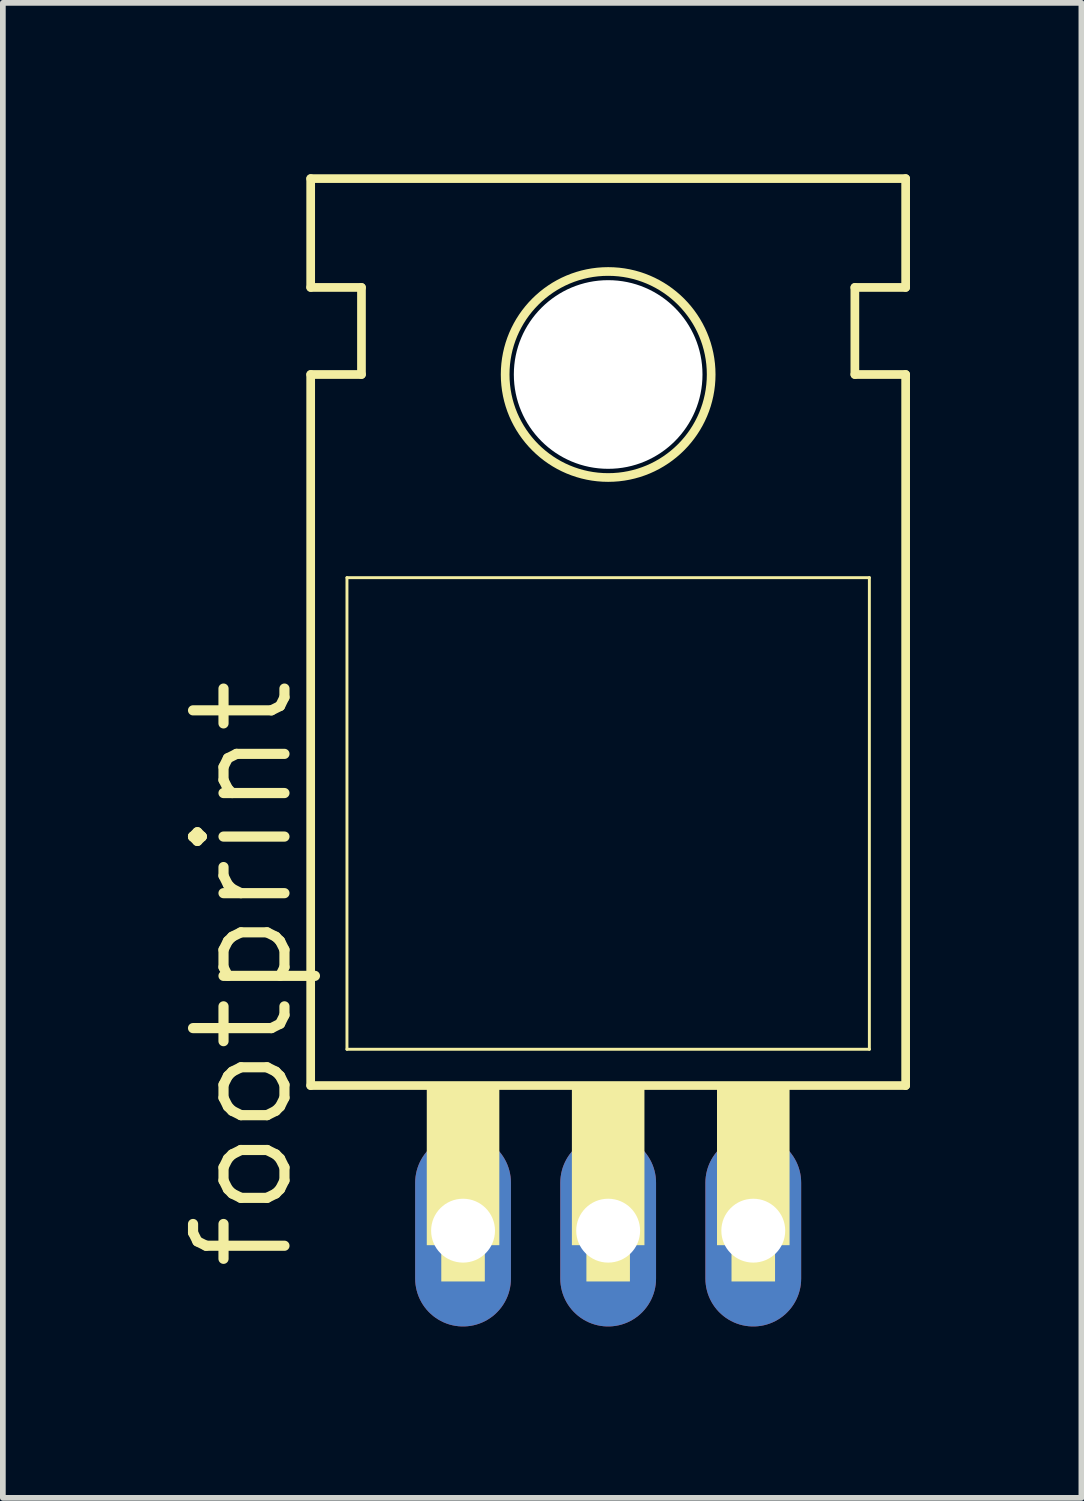
<source format=kicad_pcb>
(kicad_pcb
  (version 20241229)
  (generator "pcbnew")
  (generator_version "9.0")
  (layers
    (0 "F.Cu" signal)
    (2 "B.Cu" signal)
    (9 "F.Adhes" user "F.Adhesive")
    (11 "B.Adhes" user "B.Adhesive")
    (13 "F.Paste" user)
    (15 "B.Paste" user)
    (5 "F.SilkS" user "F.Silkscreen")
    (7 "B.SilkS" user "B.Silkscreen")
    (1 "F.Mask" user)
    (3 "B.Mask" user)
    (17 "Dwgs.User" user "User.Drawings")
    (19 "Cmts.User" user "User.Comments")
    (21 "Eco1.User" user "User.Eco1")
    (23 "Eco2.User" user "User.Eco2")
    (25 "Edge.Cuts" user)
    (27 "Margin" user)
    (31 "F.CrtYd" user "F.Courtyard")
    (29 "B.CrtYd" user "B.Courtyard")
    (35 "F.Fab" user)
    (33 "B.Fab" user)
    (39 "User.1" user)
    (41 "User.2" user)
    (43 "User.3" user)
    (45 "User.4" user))
  (footprint "footprint"
    (layer "F.Cu")
    (at 7.595 8.331)
    (property "Reference" "footprint" (at -5.461 10.922 90) (layer "F.SilkS") (effects (font (size 1.6 1.6) (thickness 0.178)) (justify left bottom)))
    (fp_line (start -5.207 -6.35) (end -5.207 -8.255) (stroke (width 0.152) (type solid)) (layer "F.SilkS"))
    (fp_line (start -5.207 -4.826) (end -4.318 -4.826) (stroke (width 0.152) (type solid)) (layer "F.SilkS"))
    (fp_line (start -5.207 7.62) (end -5.207 -4.826) (stroke (width 0.152) (type solid)) (layer "F.SilkS"))
    (fp_line (start -5.207 7.62) (end 5.207 7.62) (stroke (width 0.152) (type solid)) (layer "F.SilkS"))
    (fp_line (start -4.572 6.985) (end -4.572 -1.27) (stroke (width 0.051) (type solid)) (layer "F.SilkS"))
    (fp_line (start -4.572 6.985) (end 4.572 6.985) (stroke (width 0.051) (type solid)) (layer "F.SilkS"))
    (fp_line (start -4.318 -6.35) (end -5.207 -6.35) (stroke (width 0.152) (type solid)) (layer "F.SilkS"))
    (fp_line (start -4.318 -4.826) (end -4.318 -6.35) (stroke (width 0.152) (type solid)) (layer "F.SilkS"))
    (fp_line (start 4.318 -6.35) (end 5.207 -6.35) (stroke (width 0.152) (type solid)) (layer "F.SilkS"))
    (fp_line (start 4.318 -4.826) (end 4.318 -6.35) (stroke (width 0.152) (type solid)) (layer "F.SilkS"))
    (fp_line (start 4.572 -1.27) (end -4.572 -1.27) (stroke (width 0.051) (type solid)) (layer "F.SilkS"))
    (fp_line (start 4.572 -1.27) (end 4.572 6.985) (stroke (width 0.051) (type solid)) (layer "F.SilkS"))
    (fp_line (start 5.207 -8.255) (end -5.207 -8.255) (stroke (width 0.152) (type solid)) (layer "F.SilkS"))
    (fp_line (start 5.207 -6.35) (end 5.207 -8.255) (stroke (width 0.152) (type solid)) (layer "F.SilkS"))
    (fp_line (start 5.207 -4.826) (end 4.318 -4.826) (stroke (width 0.152) (type solid)) (layer "F.SilkS"))
    (fp_line (start 5.207 7.62) (end 5.207 -4.826) (stroke (width 0.152) (type solid)) (layer "F.SilkS"))
    (fp_circle (center 0 -4.826) (end 1.803 -4.826) (stroke (width 0.152) (type solid)) (fill no) (layer "F.SilkS"))
    (fp_poly (pts (xy -3.175 10.414) (xy -1.905 10.414) (xy -1.905 7.62) (xy -3.175 7.62)) (stroke (width 0) (type solid)) (fill yes) (layer "F.SilkS"))
    (fp_poly (pts (xy -2.921 11.049) (xy -2.159 11.049) (xy -2.159 10.414) (xy -2.921 10.414)) (stroke (width 0) (type solid)) (fill yes) (layer "F.SilkS"))
    (fp_poly (pts (xy -0.635 10.414) (xy 0.635 10.414) (xy 0.635 7.62) (xy -0.635 7.62)) (stroke (width 0) (type solid)) (fill yes) (layer "F.SilkS"))
    (fp_poly (pts (xy -0.381 11.049) (xy 0.381 11.049) (xy 0.381 10.414) (xy -0.381 10.414)) (stroke (width 0) (type solid)) (fill yes) (layer "F.SilkS"))
    (fp_poly (pts (xy 1.905 10.414) (xy 3.175 10.414) (xy 3.175 7.62) (xy 1.905 7.62)) (stroke (width 0) (type solid)) (fill yes) (layer "F.SilkS"))
    (fp_poly (pts (xy 2.159 11.049) (xy 2.921 11.049) (xy 2.921 10.414) (xy 2.159 10.414)) (stroke (width 0) (type solid)) (fill yes) (layer "F.SilkS"))
    (pad "" np_thru_hole circle (at 0 -4.826) (size 3.302 3.302) (drill 3.302) (layers "*.Cu" "*.Mask"))
    (pad "1" thru_hole oval (at -2.54 10.16 90) (size 3.353 1.676) (drill 1.118) (layers "*.Cu" "*.Mask"))
    (pad "2" thru_hole oval (at 0 10.16 90) (size 3.353 1.676) (drill 1.118) (layers "*.Cu" "*.Mask"))
    (pad "3" thru_hole oval (at 2.54 10.16 90) (size 3.353 1.676) (drill 1.118) (layers "*.Cu" "*.Mask"))
    (zone (net_name "") (layers "F.Cu" "B.Cu") (hatch edge 0.508) (connect_pads) (min_thickness 0.254) (filled_areas_thickness no) (keepout (tracks allowed) (vias not_allowed) (pads allowed) (copperpour allowed) (footprints allowed)) (placement (enabled no)) (fill) (polygon (pts (xy 10.135 3.505) (xy 10.096 3.064) (xy 9.981 2.636) (xy 9.794 2.235) (xy 9.54 1.873) (xy 9.227 1.559) (xy 8.865 1.305) (xy 8.463 1.118) (xy 8.036 1.004) (xy 7.595 0.965) (xy 7.154 1.004) (xy 6.726 1.118) (xy 6.325 1.305) (xy 5.962 1.559) (xy 5.649 1.873) (xy 5.395 2.235) (xy 5.208 2.636) (xy 5.093 3.064) (xy 5.055 3.505) (xy 5.093 3.946) (xy 5.208 4.374) (xy 5.395 4.775) (xy 5.649 5.138) (xy 5.962 5.451) (xy 6.325 5.705) (xy 6.726 5.892) (xy 7.154 6.007) (xy 7.595 6.045) (xy 8.036 6.007) (xy 8.463 5.892) (xy 8.865 5.705) (xy 9.227 5.451) (xy 9.54 5.138) (xy 9.794 4.775) (xy 9.981 4.374) (xy 10.096 3.946))))
    (zone (net_name "") (layer "B.Cu") (hatch edge 0.508) (connect_pads) (min_thickness 0.254) (filled_areas_thickness no) (keepout (tracks not_allowed) (vias not_allowed) (pads not_allowed) (copperpour not_allowed) (footprints allowed)) (placement (enabled no)) (fill) (polygon (pts (xy 10.135 3.505) (xy 10.096 3.064) (xy 9.981 2.636) (xy 9.794 2.235) (xy 9.54 1.873) (xy 9.227 1.559) (xy 8.865 1.305) (xy 8.463 1.118) (xy 8.036 1.004) (xy 7.595 0.965) (xy 7.154 1.004) (xy 6.726 1.118) (xy 6.325 1.305) (xy 5.962 1.559) (xy 5.649 1.873) (xy 5.395 2.235) (xy 5.208 2.636) (xy 5.093 3.064) (xy 5.055 3.505) (xy 5.093 3.946) (xy 5.208 4.374) (xy 5.395 4.775) (xy 5.649 5.138) (xy 5.962 5.451) (xy 6.325 5.705) (xy 6.726 5.892) (xy 7.154 6.007) (xy 7.595 6.045) (xy 8.036 6.007) (xy 8.463 5.892) (xy 8.865 5.705) (xy 9.227 5.451) (xy 9.54 5.138) (xy 9.794 4.775) (xy 9.981 4.374) (xy 10.096 3.946)))))
  (gr_rect
    (start -3 -3)
    (end 15.878 23.168)
    (stroke (width 0.1) (type default))
    (fill no)
    (layer "Edge.Cuts")))
</source>
